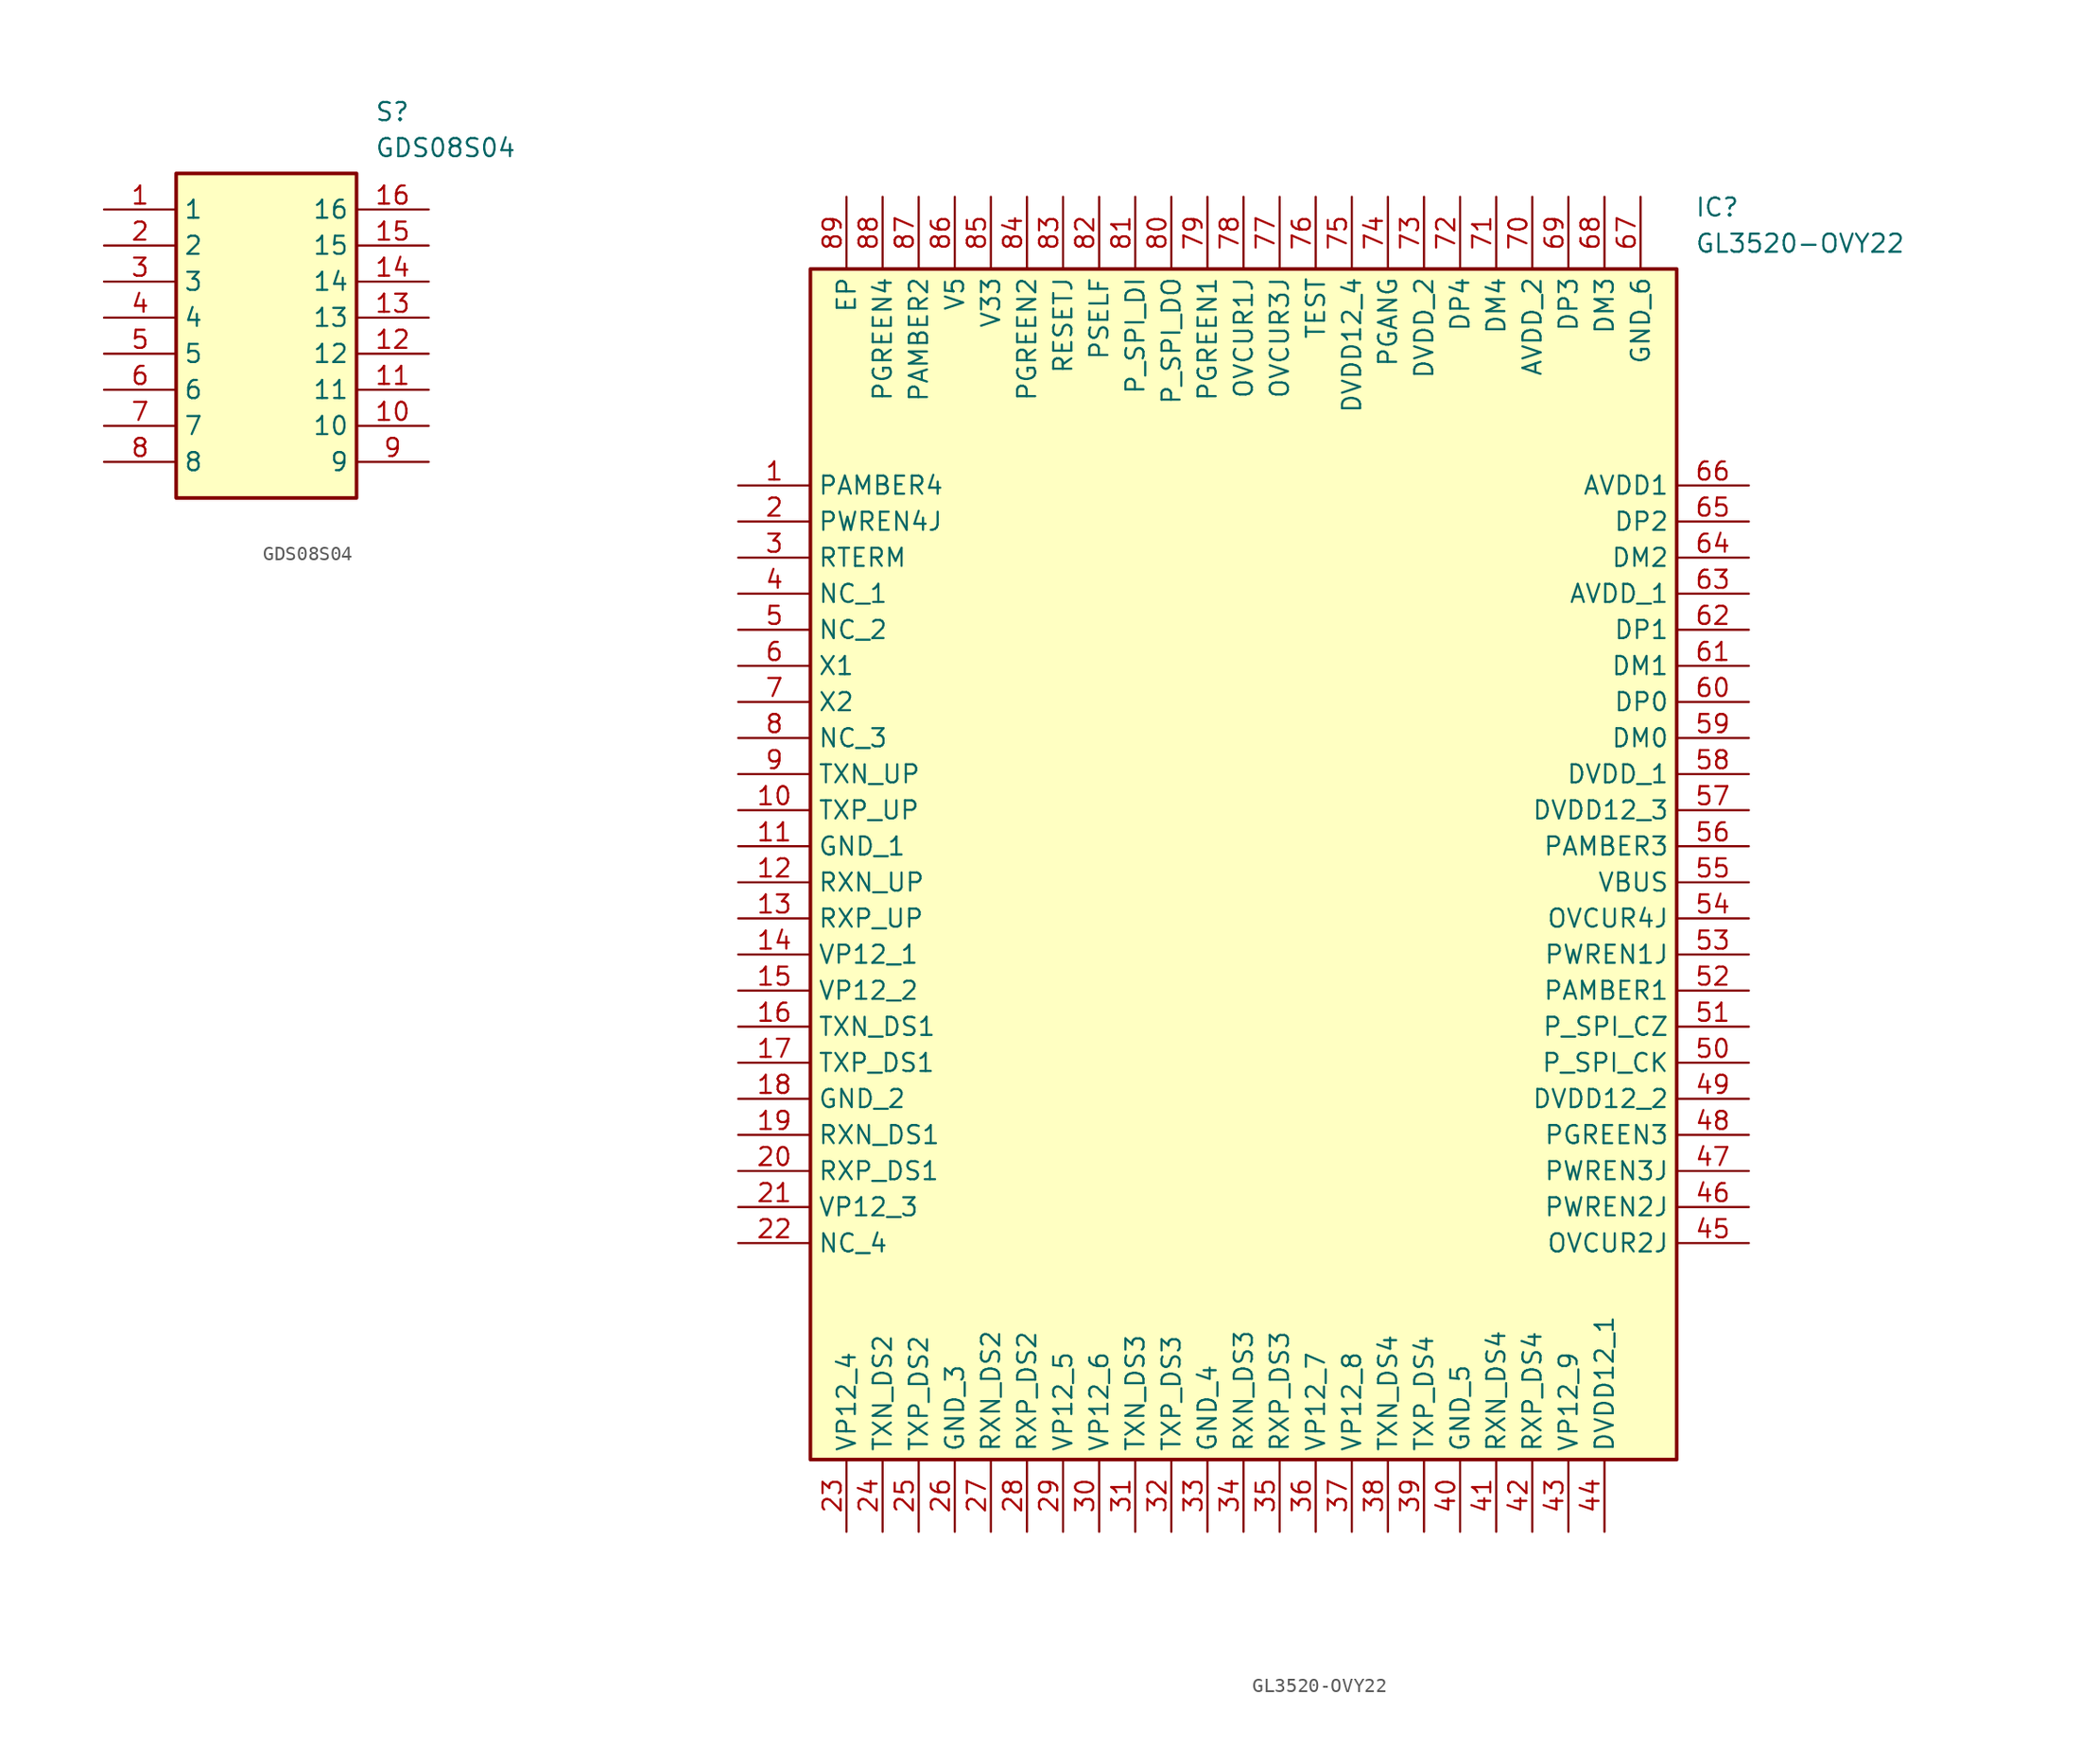
<source format=kicad_sym>
(kicad_symbol_lib
  (version 20220914)
  (generator kicad_symbol_editor)
  (symbol "GDS08S04"
    (property "Reference" "S"
      (at 19.05 7.62 0)
      (effects (font (size 1.27 1.27)) (justify left top)))
    (property "Value" "GDS08S04"
      (at 19.05 5.08 0)
      (effects (font (size 1.27 1.27)) (justify left top)))
    (rectangle
      (start 5.08 2.54)
      (end 17.78 -20.32)
      (stroke (width 0.254) (type default))
      (fill (type background)))
    (pin passive line
      (at 0 0 0)
      (length 5.08)
      (name "1" (effects (font (size 1.27 1.27))))
      (number "1" (effects (font (size 1.27 1.27)))))
    (pin passive line
      (at 0 -2.54 0)
      (length 5.08)
      (name "2" (effects (font (size 1.27 1.27))))
      (number "2" (effects (font (size 1.27 1.27)))))
    (pin passive line
      (at 0 -5.08 0)
      (length 5.08)
      (name "3" (effects (font (size 1.27 1.27))))
      (number "3" (effects (font (size 1.27 1.27)))))
    (pin passive line
      (at 0 -7.62 0)
      (length 5.08)
      (name "4" (effects (font (size 1.27 1.27))))
      (number "4" (effects (font (size 1.27 1.27)))))
    (pin passive line
      (at 0 -10.16 0)
      (length 5.08)
      (name "5" (effects (font (size 1.27 1.27))))
      (number "5" (effects (font (size 1.27 1.27)))))
    (pin passive line
      (at 0 -12.7 0)
      (length 5.08)
      (name "6" (effects (font (size 1.27 1.27))))
      (number "6" (effects (font (size 1.27 1.27)))))
    (pin passive line
      (at 0 -15.24 0)
      (length 5.08)
      (name "7" (effects (font (size 1.27 1.27))))
      (number "7" (effects (font (size 1.27 1.27)))))
    (pin passive line
      (at 0 -17.78 0)
      (length 5.08)
      (name "8" (effects (font (size 1.27 1.27))))
      (number "8" (effects (font (size 1.27 1.27)))))
    (pin passive line
      (at 22.86 -17.78 180)
      (length 5.08)
      (name "9" (effects (font (size 1.27 1.27))))
      (number "9" (effects (font (size 1.27 1.27)))))
    (pin passive line
      (at 22.86 -15.24 180)
      (length 5.08)
      (name "10" (effects (font (size 1.27 1.27))))
      (number "10" (effects (font (size 1.27 1.27)))))
    (pin passive line
      (at 22.86 -12.7 180)
      (length 5.08)
      (name "11" (effects (font (size 1.27 1.27))))
      (number "11" (effects (font (size 1.27 1.27)))))
    (pin passive line
      (at 22.86 -10.16 180)
      (length 5.08)
      (name "12" (effects (font (size 1.27 1.27))))
      (number "12" (effects (font (size 1.27 1.27)))))
    (pin passive line
      (at 22.86 -7.62 180)
      (length 5.08)
      (name "13" (effects (font (size 1.27 1.27))))
      (number "13" (effects (font (size 1.27 1.27)))))
    (pin passive line
      (at 22.86 -5.08 180)
      (length 5.08)
      (name "14" (effects (font (size 1.27 1.27))))
      (number "14" (effects (font (size 1.27 1.27)))))
    (pin passive line
      (at 22.86 -2.54 180)
      (length 5.08)
      (name "15" (effects (font (size 1.27 1.27))))
      (number "15" (effects (font (size 1.27 1.27)))))
    (pin passive line
      (at 22.86 0 180)
      (length 5.08)
      (name "16" (effects (font (size 1.27 1.27))))
      (number "16" (effects (font (size 1.27 1.27))))))
  (symbol "GL3520-OVY22"
    (property "Reference" "IC"
      (at 67.31 20.32 0)
      (effects (font (size 1.27 1.27)) (justify left top)))
    (property "Value" "GL3520-OVY22"
      (at 67.31 17.78 0)
      (effects (font (size 1.27 1.27)) (justify left top)))
    (rectangle
      (start 5.08 15.24)
      (end 66.04 -68.58)
      (stroke (width 0.254) (type default))
      (fill (type background)))
    (pin passive line
      (at 0 0 0)
      (length 5.08)
      (name "PAMBER4" (effects (font (size 1.27 1.27))))
      (number "1" (effects (font (size 1.27 1.27)))))
    (pin passive line
      (at 0 -2.54 0)
      (length 5.08)
      (name "PWREN4J" (effects (font (size 1.27 1.27))))
      (number "2" (effects (font (size 1.27 1.27)))))
    (pin passive line
      (at 0 -5.08 0)
      (length 5.08)
      (name "RTERM" (effects (font (size 1.27 1.27))))
      (number "3" (effects (font (size 1.27 1.27)))))
    (pin passive line
      (at 0 -7.62 0)
      (length 5.08)
      (name "NC_1" (effects (font (size 1.27 1.27))))
      (number "4" (effects (font (size 1.27 1.27)))))
    (pin passive line
      (at 0 -10.16 0)
      (length 5.08)
      (name "NC_2" (effects (font (size 1.27 1.27))))
      (number "5" (effects (font (size 1.27 1.27)))))
    (pin passive line
      (at 0 -12.7 0)
      (length 5.08)
      (name "X1" (effects (font (size 1.27 1.27))))
      (number "6" (effects (font (size 1.27 1.27)))))
    (pin passive line
      (at 0 -15.24 0)
      (length 5.08)
      (name "X2" (effects (font (size 1.27 1.27))))
      (number "7" (effects (font (size 1.27 1.27)))))
    (pin passive line
      (at 0 -17.78 0)
      (length 5.08)
      (name "NC_3" (effects (font (size 1.27 1.27))))
      (number "8" (effects (font (size 1.27 1.27)))))
    (pin passive line
      (at 0 -20.32 0)
      (length 5.08)
      (name "TXN_UP" (effects (font (size 1.27 1.27))))
      (number "9" (effects (font (size 1.27 1.27)))))
    (pin passive line
      (at 0 -22.86 0)
      (length 5.08)
      (name "TXP_UP" (effects (font (size 1.27 1.27))))
      (number "10" (effects (font (size 1.27 1.27)))))
    (pin passive line
      (at 0 -25.4 0)
      (length 5.08)
      (name "GND_1" (effects (font (size 1.27 1.27))))
      (number "11" (effects (font (size 1.27 1.27)))))
    (pin passive line
      (at 0 -27.94 0)
      (length 5.08)
      (name "RXN_UP" (effects (font (size 1.27 1.27))))
      (number "12" (effects (font (size 1.27 1.27)))))
    (pin passive line
      (at 0 -30.48 0)
      (length 5.08)
      (name "RXP_UP" (effects (font (size 1.27 1.27))))
      (number "13" (effects (font (size 1.27 1.27)))))
    (pin passive line
      (at 0 -33.02 0)
      (length 5.08)
      (name "VP12_1" (effects (font (size 1.27 1.27))))
      (number "14" (effects (font (size 1.27 1.27)))))
    (pin passive line
      (at 0 -35.56 0)
      (length 5.08)
      (name "VP12_2" (effects (font (size 1.27 1.27))))
      (number "15" (effects (font (size 1.27 1.27)))))
    (pin passive line
      (at 0 -38.1 0)
      (length 5.08)
      (name "TXN_DS1" (effects (font (size 1.27 1.27))))
      (number "16" (effects (font (size 1.27 1.27)))))
    (pin passive line
      (at 0 -40.64 0)
      (length 5.08)
      (name "TXP_DS1" (effects (font (size 1.27 1.27))))
      (number "17" (effects (font (size 1.27 1.27)))))
    (pin passive line
      (at 0 -43.18 0)
      (length 5.08)
      (name "GND_2" (effects (font (size 1.27 1.27))))
      (number "18" (effects (font (size 1.27 1.27)))))
    (pin passive line
      (at 0 -45.72 0)
      (length 5.08)
      (name "RXN_DS1" (effects (font (size 1.27 1.27))))
      (number "19" (effects (font (size 1.27 1.27)))))
    (pin passive line
      (at 0 -48.26 0)
      (length 5.08)
      (name "RXP_DS1" (effects (font (size 1.27 1.27))))
      (number "20" (effects (font (size 1.27 1.27)))))
    (pin passive line
      (at 0 -50.8 0)
      (length 5.08)
      (name "VP12_3" (effects (font (size 1.27 1.27))))
      (number "21" (effects (font (size 1.27 1.27)))))
    (pin passive line
      (at 0 -53.34 0)
      (length 5.08)
      (name "NC_4" (effects (font (size 1.27 1.27))))
      (number "22" (effects (font (size 1.27 1.27)))))
    (pin passive line
      (at 7.62 -73.66 90)
      (length 5.08)
      (name "VP12_4" (effects (font (size 1.27 1.27))))
      (number "23" (effects (font (size 1.27 1.27)))))
    (pin passive line
      (at 10.16 -73.66 90)
      (length 5.08)
      (name "TXN_DS2" (effects (font (size 1.27 1.27))))
      (number "24" (effects (font (size 1.27 1.27)))))
    (pin passive line
      (at 12.7 -73.66 90)
      (length 5.08)
      (name "TXP_DS2" (effects (font (size 1.27 1.27))))
      (number "25" (effects (font (size 1.27 1.27)))))
    (pin passive line
      (at 15.24 -73.66 90)
      (length 5.08)
      (name "GND_3" (effects (font (size 1.27 1.27))))
      (number "26" (effects (font (size 1.27 1.27)))))
    (pin passive line
      (at 17.78 -73.66 90)
      (length 5.08)
      (name "RXN_DS2" (effects (font (size 1.27 1.27))))
      (number "27" (effects (font (size 1.27 1.27)))))
    (pin passive line
      (at 20.32 -73.66 90)
      (length 5.08)
      (name "RXP_DS2" (effects (font (size 1.27 1.27))))
      (number "28" (effects (font (size 1.27 1.27)))))
    (pin passive line
      (at 22.86 -73.66 90)
      (length 5.08)
      (name "VP12_5" (effects (font (size 1.27 1.27))))
      (number "29" (effects (font (size 1.27 1.27)))))
    (pin passive line
      (at 25.4 -73.66 90)
      (length 5.08)
      (name "VP12_6" (effects (font (size 1.27 1.27))))
      (number "30" (effects (font (size 1.27 1.27)))))
    (pin passive line
      (at 27.94 -73.66 90)
      (length 5.08)
      (name "TXN_DS3" (effects (font (size 1.27 1.27))))
      (number "31" (effects (font (size 1.27 1.27)))))
    (pin passive line
      (at 30.48 -73.66 90)
      (length 5.08)
      (name "TXP_DS3" (effects (font (size 1.27 1.27))))
      (number "32" (effects (font (size 1.27 1.27)))))
    (pin passive line
      (at 33.02 -73.66 90)
      (length 5.08)
      (name "GND_4" (effects (font (size 1.27 1.27))))
      (number "33" (effects (font (size 1.27 1.27)))))
    (pin passive line
      (at 35.56 -73.66 90)
      (length 5.08)
      (name "RXN_DS3" (effects (font (size 1.27 1.27))))
      (number "34" (effects (font (size 1.27 1.27)))))
    (pin passive line
      (at 38.1 -73.66 90)
      (length 5.08)
      (name "RXP_DS3" (effects (font (size 1.27 1.27))))
      (number "35" (effects (font (size 1.27 1.27)))))
    (pin passive line
      (at 40.64 -73.66 90)
      (length 5.08)
      (name "VP12_7" (effects (font (size 1.27 1.27))))
      (number "36" (effects (font (size 1.27 1.27)))))
    (pin passive line
      (at 43.18 -73.66 90)
      (length 5.08)
      (name "VP12_8" (effects (font (size 1.27 1.27))))
      (number "37" (effects (font (size 1.27 1.27)))))
    (pin passive line
      (at 45.72 -73.66 90)
      (length 5.08)
      (name "TXN_DS4" (effects (font (size 1.27 1.27))))
      (number "38" (effects (font (size 1.27 1.27)))))
    (pin passive line
      (at 48.26 -73.66 90)
      (length 5.08)
      (name "TXP_DS4" (effects (font (size 1.27 1.27))))
      (number "39" (effects (font (size 1.27 1.27)))))
    (pin passive line
      (at 50.8 -73.66 90)
      (length 5.08)
      (name "GND_5" (effects (font (size 1.27 1.27))))
      (number "40" (effects (font (size 1.27 1.27)))))
    (pin passive line
      (at 53.34 -73.66 90)
      (length 5.08)
      (name "RXN_DS4" (effects (font (size 1.27 1.27))))
      (number "41" (effects (font (size 1.27 1.27)))))
    (pin passive line
      (at 55.88 -73.66 90)
      (length 5.08)
      (name "RXP_DS4" (effects (font (size 1.27 1.27))))
      (number "42" (effects (font (size 1.27 1.27)))))
    (pin passive line
      (at 58.42 -73.66 90)
      (length 5.08)
      (name "VP12_9" (effects (font (size 1.27 1.27))))
      (number "43" (effects (font (size 1.27 1.27)))))
    (pin passive line
      (at 60.96 -73.66 90)
      (length 5.08)
      (name "DVDD12_1" (effects (font (size 1.27 1.27))))
      (number "44" (effects (font (size 1.27 1.27)))))
    (pin passive line
      (at 71.12 0 180)
      (length 5.08)
      (name "AVDD1" (effects (font (size 1.27 1.27))))
      (number "66" (effects (font (size 1.27 1.27)))))
    (pin passive line
      (at 71.12 -2.54 180)
      (length 5.08)
      (name "DP2" (effects (font (size 1.27 1.27))))
      (number "65" (effects (font (size 1.27 1.27)))))
    (pin passive line
      (at 71.12 -5.08 180)
      (length 5.08)
      (name "DM2" (effects (font (size 1.27 1.27))))
      (number "64" (effects (font (size 1.27 1.27)))))
    (pin passive line
      (at 71.12 -7.62 180)
      (length 5.08)
      (name "AVDD_1" (effects (font (size 1.27 1.27))))
      (number "63" (effects (font (size 1.27 1.27)))))
    (pin passive line
      (at 71.12 -10.16 180)
      (length 5.08)
      (name "DP1" (effects (font (size 1.27 1.27))))
      (number "62" (effects (font (size 1.27 1.27)))))
    (pin passive line
      (at 71.12 -12.7 180)
      (length 5.08)
      (name "DM1" (effects (font (size 1.27 1.27))))
      (number "61" (effects (font (size 1.27 1.27)))))
    (pin passive line
      (at 71.12 -15.24 180)
      (length 5.08)
      (name "DP0" (effects (font (size 1.27 1.27))))
      (number "60" (effects (font (size 1.27 1.27)))))
    (pin passive line
      (at 71.12 -17.78 180)
      (length 5.08)
      (name "DM0" (effects (font (size 1.27 1.27))))
      (number "59" (effects (font (size 1.27 1.27)))))
    (pin passive line
      (at 71.12 -20.32 180)
      (length 5.08)
      (name "DVDD_1" (effects (font (size 1.27 1.27))))
      (number "58" (effects (font (size 1.27 1.27)))))
    (pin passive line
      (at 71.12 -22.86 180)
      (length 5.08)
      (name "DVDD12_3" (effects (font (size 1.27 1.27))))
      (number "57" (effects (font (size 1.27 1.27)))))
    (pin passive line
      (at 71.12 -25.4 180)
      (length 5.08)
      (name "PAMBER3" (effects (font (size 1.27 1.27))))
      (number "56" (effects (font (size 1.27 1.27)))))
    (pin passive line
      (at 71.12 -27.94 180)
      (length 5.08)
      (name "VBUS" (effects (font (size 1.27 1.27))))
      (number "55" (effects (font (size 1.27 1.27)))))
    (pin passive line
      (at 71.12 -30.48 180)
      (length 5.08)
      (name "OVCUR4J" (effects (font (size 1.27 1.27))))
      (number "54" (effects (font (size 1.27 1.27)))))
    (pin passive line
      (at 71.12 -33.02 180)
      (length 5.08)
      (name "PWREN1J" (effects (font (size 1.27 1.27))))
      (number "53" (effects (font (size 1.27 1.27)))))
    (pin passive line
      (at 71.12 -35.56 180)
      (length 5.08)
      (name "PAMBER1" (effects (font (size 1.27 1.27))))
      (number "52" (effects (font (size 1.27 1.27)))))
    (pin passive line
      (at 71.12 -38.1 180)
      (length 5.08)
      (name "P_SPI_CZ" (effects (font (size 1.27 1.27))))
      (number "51" (effects (font (size 1.27 1.27)))))
    (pin passive line
      (at 71.12 -40.64 180)
      (length 5.08)
      (name "P_SPI_CK" (effects (font (size 1.27 1.27))))
      (number "50" (effects (font (size 1.27 1.27)))))
    (pin passive line
      (at 71.12 -43.18 180)
      (length 5.08)
      (name "DVDD12_2" (effects (font (size 1.27 1.27))))
      (number "49" (effects (font (size 1.27 1.27)))))
    (pin passive line
      (at 71.12 -45.72 180)
      (length 5.08)
      (name "PGREEN3" (effects (font (size 1.27 1.27))))
      (number "48" (effects (font (size 1.27 1.27)))))
    (pin passive line
      (at 71.12 -48.26 180)
      (length 5.08)
      (name "PWREN3J" (effects (font (size 1.27 1.27))))
      (number "47" (effects (font (size 1.27 1.27)))))
    (pin passive line
      (at 71.12 -50.8 180)
      (length 5.08)
      (name "PWREN2J" (effects (font (size 1.27 1.27))))
      (number "46" (effects (font (size 1.27 1.27)))))
    (pin passive line
      (at 71.12 -53.34 180)
      (length 5.08)
      (name "OVCUR2J" (effects (font (size 1.27 1.27))))
      (number "45" (effects (font (size 1.27 1.27)))))
    (pin passive line
      (at 7.62 20.32 270)
      (length 5.08)
      (name "EP" (effects (font (size 1.27 1.27))))
      (number "89" (effects (font (size 1.27 1.27)))))
    (pin passive line
      (at 10.16 20.32 270)
      (length 5.08)
      (name "PGREEN4" (effects (font (size 1.27 1.27))))
      (number "88" (effects (font (size 1.27 1.27)))))
    (pin passive line
      (at 12.7 20.32 270)
      (length 5.08)
      (name "PAMBER2" (effects (font (size 1.27 1.27))))
      (number "87" (effects (font (size 1.27 1.27)))))
    (pin passive line
      (at 15.24 20.32 270)
      (length 5.08)
      (name "V5" (effects (font (size 1.27 1.27))))
      (number "86" (effects (font (size 1.27 1.27)))))
    (pin passive line
      (at 17.78 20.32 270)
      (length 5.08)
      (name "V33" (effects (font (size 1.27 1.27))))
      (number "85" (effects (font (size 1.27 1.27)))))
    (pin passive line
      (at 20.32 20.32 270)
      (length 5.08)
      (name "PGREEN2" (effects (font (size 1.27 1.27))))
      (number "84" (effects (font (size 1.27 1.27)))))
    (pin passive line
      (at 22.86 20.32 270)
      (length 5.08)
      (name "RESETJ" (effects (font (size 1.27 1.27))))
      (number "83" (effects (font (size 1.27 1.27)))))
    (pin passive line
      (at 25.4 20.32 270)
      (length 5.08)
      (name "PSELF" (effects (font (size 1.27 1.27))))
      (number "82" (effects (font (size 1.27 1.27)))))
    (pin passive line
      (at 27.94 20.32 270)
      (length 5.08)
      (name "P_SPI_DI" (effects (font (size 1.27 1.27))))
      (number "81" (effects (font (size 1.27 1.27)))))
    (pin passive line
      (at 30.48 20.32 270)
      (length 5.08)
      (name "P_SPI_DO" (effects (font (size 1.27 1.27))))
      (number "80" (effects (font (size 1.27 1.27)))))
    (pin passive line
      (at 33.02 20.32 270)
      (length 5.08)
      (name "PGREEN1" (effects (font (size 1.27 1.27))))
      (number "79" (effects (font (size 1.27 1.27)))))
    (pin passive line
      (at 35.56 20.32 270)
      (length 5.08)
      (name "OVCUR1J" (effects (font (size 1.27 1.27))))
      (number "78" (effects (font (size 1.27 1.27)))))
    (pin passive line
      (at 38.1 20.32 270)
      (length 5.08)
      (name "OVCUR3J" (effects (font (size 1.27 1.27))))
      (number "77" (effects (font (size 1.27 1.27)))))
    (pin passive line
      (at 40.64 20.32 270)
      (length 5.08)
      (name "TEST" (effects (font (size 1.27 1.27))))
      (number "76" (effects (font (size 1.27 1.27)))))
    (pin passive line
      (at 43.18 20.32 270)
      (length 5.08)
      (name "DVDD12_4" (effects (font (size 1.27 1.27))))
      (number "75" (effects (font (size 1.27 1.27)))))
    (pin passive line
      (at 45.72 20.32 270)
      (length 5.08)
      (name "PGANG" (effects (font (size 1.27 1.27))))
      (number "74" (effects (font (size 1.27 1.27)))))
    (pin passive line
      (at 48.26 20.32 270)
      (length 5.08)
      (name "DVDD_2" (effects (font (size 1.27 1.27))))
      (number "73" (effects (font (size 1.27 1.27)))))
    (pin passive line
      (at 50.8 20.32 270)
      (length 5.08)
      (name "DP4" (effects (font (size 1.27 1.27))))
      (number "72" (effects (font (size 1.27 1.27)))))
    (pin passive line
      (at 53.34 20.32 270)
      (length 5.08)
      (name "DM4" (effects (font (size 1.27 1.27))))
      (number "71" (effects (font (size 1.27 1.27)))))
    (pin passive line
      (at 55.88 20.32 270)
      (length 5.08)
      (name "AVDD_2" (effects (font (size 1.27 1.27))))
      (number "70" (effects (font (size 1.27 1.27)))))
    (pin passive line
      (at 58.42 20.32 270)
      (length 5.08)
      (name "DP3" (effects (font (size 1.27 1.27))))
      (number "69" (effects (font (size 1.27 1.27)))))
    (pin passive line
      (at 60.96 20.32 270)
      (length 5.08)
      (name "DM3" (effects (font (size 1.27 1.27))))
      (number "68" (effects (font (size 1.27 1.27)))))
    (pin passive line
      (at 63.5 20.32 270)
      (length 5.08)
      (name "GND_6" (effects (font (size 1.27 1.27))))
      (number "67" (effects (font (size 1.27 1.27)))))))
</source>
